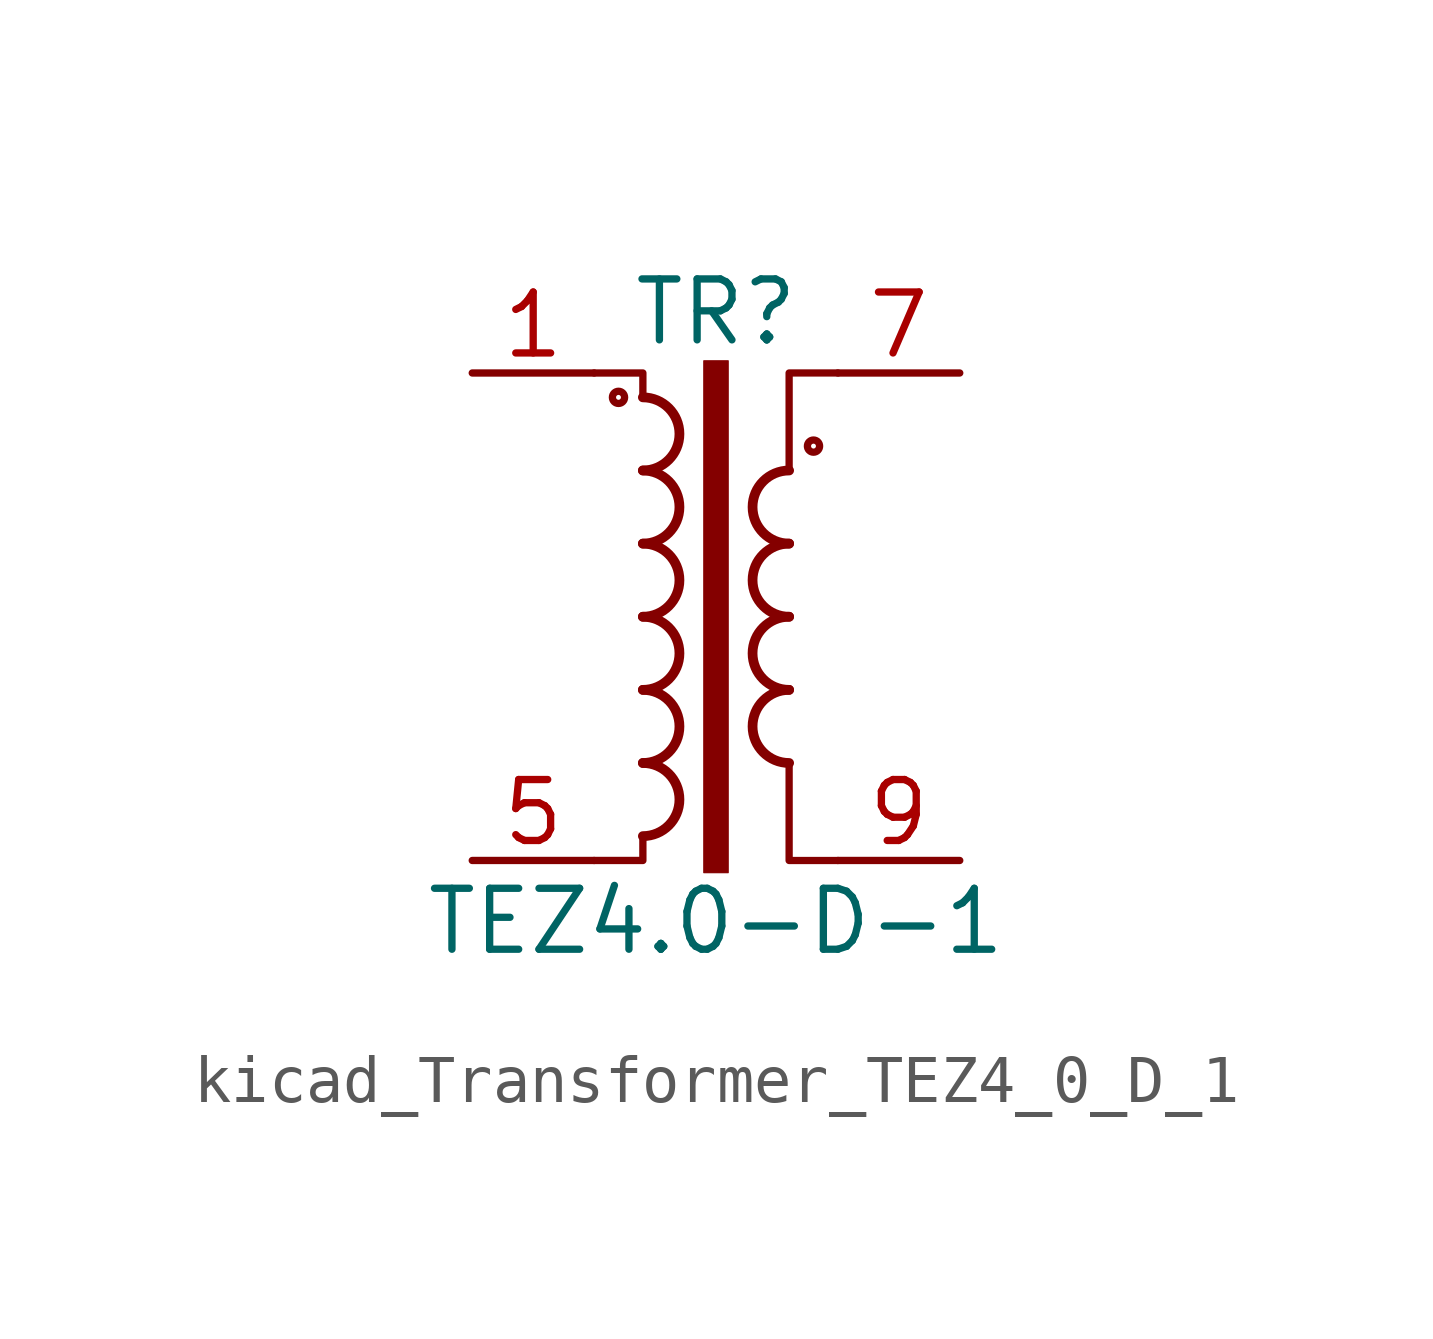
<source format=kicad_sym>
(kicad_symbol_lib
  (version 20220914)
  (generator kicad_symbol_editor)
  (symbol "kicad_Transformer_TEZ4_0_D_1"
    (pin_names
      (offset 0.025))
    (property "Reference" "TR"
      (at 0 6.35 0)
      (effects (font (size 1.27 1.27))))
    (property "Value" "TEZ4.0-D-1"
      (at 0 -6.35 0)
      (effects (font (size 1.27 1.27))))
    (symbol "kicad_Transformer_TEZ4_0_D_1_0_1"
      (circle (center -2.032 4.572) (radius 0.127) (stroke (width 0) (type default)) (fill (type none)))
      (arc (start -1.524 -4.572) (mid -0.7653 -3.81) (end -1.524 -3.048) (stroke (width 0.2032) (type default)) (fill (type none)))
      (arc (start -1.524 -3.048) (mid -0.7653 -2.286) (end -1.524 -1.524) (stroke (width 0.2032) (type default)) (fill (type none)))
      (arc (start -1.524 -1.524) (mid -0.7653 -0.762) (end -1.524 0) (stroke (width 0.2032) (type default)) (fill (type none)))
      (arc (start -1.524 0) (mid -0.7653 0.762) (end -1.524 1.524) (stroke (width 0.2032) (type default)) (fill (type none)))
      (arc (start -1.524 1.524) (mid -0.7653 2.286) (end -1.524 3.048) (stroke (width 0.2032) (type default)) (fill (type none)))
      (arc (start -1.524 3.048) (mid -0.7653 3.81) (end -1.524 4.572) (stroke (width 0.2032) (type default)) (fill (type none)))
      (rectangle (start -0.254 5.334) (end 0.254 -5.334) (stroke (width 0.025) (type default)) (fill (type outline)))
      (polyline (pts (xy -1.524 -4.572) (xy -1.524 -5.08) (xy -2.54 -5.08)) (stroke (width 0) (type default)) (fill (type none)))
      (polyline (pts (xy -1.524 4.572) (xy -1.524 5.08) (xy -2.54 5.08)) (stroke (width 0) (type default)) (fill (type none)))
      (polyline (pts (xy 1.524 3.048) (xy 1.524 5.08) (xy 2.54 5.08) (xy 2.54 5.08)) (stroke (width 0.152) (type default)) (fill (type none)))
      (polyline (pts (xy 2.54 -5.08) (xy 1.524 -5.08) (xy 1.524 -3.048) (xy 1.524 -3.048)) (stroke (width 0.152) (type default)) (fill (type none)))
      (arc (start 1.524 -1.524) (mid 0.7653 -2.286) (end 1.524 -3.048) (stroke (width 0.2032) (type default)) (fill (type none)))
      (arc (start 1.524 0) (mid 0.7653 -0.762) (end 1.524 -1.524) (stroke (width 0.2032) (type default)) (fill (type none)))
      (arc (start 1.524 1.524) (mid 0.7653 0.762) (end 1.524 0) (stroke (width 0.2032) (type default)) (fill (type none)))
      (arc (start 1.524 3.048) (mid 0.7653 2.286) (end 1.524 1.524) (stroke (width 0.2032) (type default)) (fill (type none)))
      (circle (center 2.032 3.556) (radius 0.127) (stroke (width 0) (type default)) (fill (type none))))
    (symbol "kicad_Transformer_TEZ4_0_D_1_1_1"
      (pin passive line (at -5.08 5.08 0) (length 2.54) (name "~" (effects (font (size 1.27 1.27)))) (number "1" (effects (font (size 1.27 1.27)))))
      (pin passive line (at -5.08 -5.08 0) (length 2.54) (name "~" (effects (font (size 1.27 1.27)))) (number "5" (effects (font (size 1.27 1.27)))))
      (pin passive line (at 5.08 5.08 180) (length 2.54) (name "~" (effects (font (size 1.27 1.27)))) (number "7" (effects (font (size 1.27 1.27)))))
      (pin passive line (at 5.08 -5.08 180) (length 2.54) (name "~" (effects (font (size 1.27 1.27)))) (number "9" (effects (font (size 1.27 1.27))))))))
</source>
